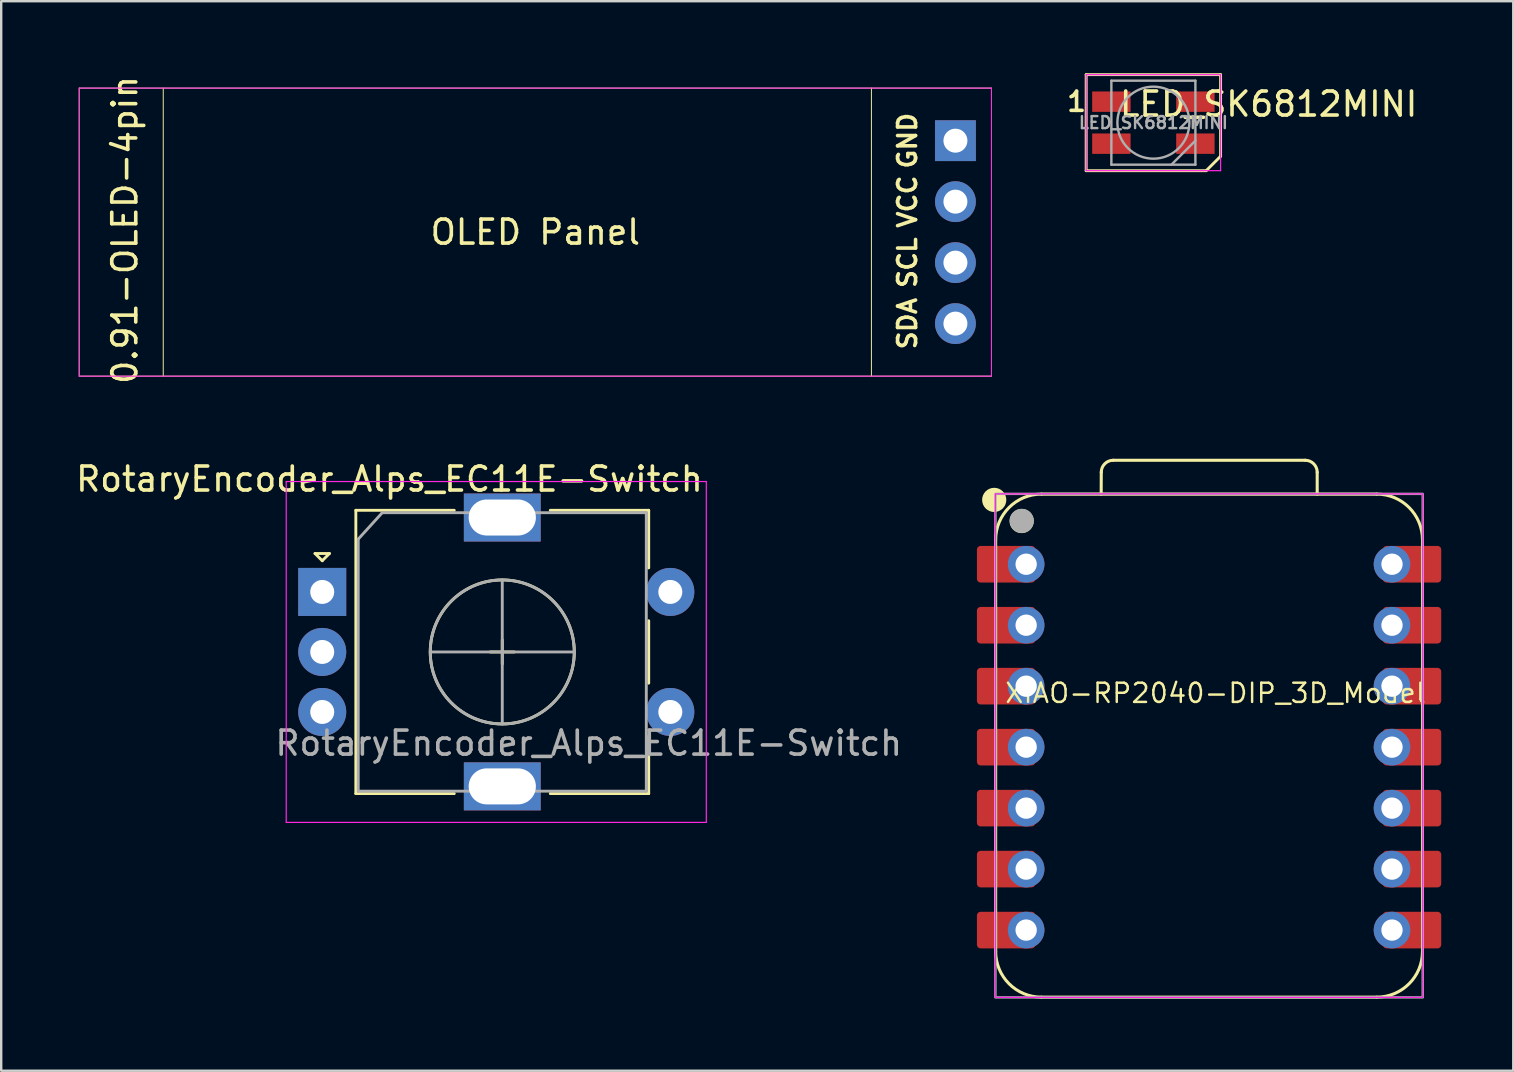
<source format=kicad_pcb>
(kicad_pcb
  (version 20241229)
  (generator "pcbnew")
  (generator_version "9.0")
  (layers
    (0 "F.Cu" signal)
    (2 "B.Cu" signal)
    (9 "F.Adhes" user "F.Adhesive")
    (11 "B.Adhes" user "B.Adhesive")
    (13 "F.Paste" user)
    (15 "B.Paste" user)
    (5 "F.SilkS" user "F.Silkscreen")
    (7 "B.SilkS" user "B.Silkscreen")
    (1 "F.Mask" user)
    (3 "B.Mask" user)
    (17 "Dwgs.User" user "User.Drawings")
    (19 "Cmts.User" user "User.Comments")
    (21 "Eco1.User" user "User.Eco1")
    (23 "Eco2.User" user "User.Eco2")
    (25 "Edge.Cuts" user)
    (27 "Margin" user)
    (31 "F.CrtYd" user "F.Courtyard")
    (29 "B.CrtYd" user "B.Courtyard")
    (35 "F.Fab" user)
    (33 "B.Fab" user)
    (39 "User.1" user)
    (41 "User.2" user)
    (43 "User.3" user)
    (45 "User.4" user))
  (footprint "0.91-OLED-4pin"
    (layer "F.Cu")
    (at 0.25 0.62)
    (property "Reference" "0.91-OLED-4pin" (at 1.9 5.91 90) (layer "F.SilkS") (effects (font (size 1 1) (thickness 0.15))))
    (attr through_hole)
    (fp_line (start 0 0) (end 0 12) (stroke (width 0.04) (type solid)) (layer "F.SilkS"))
    (fp_line (start 0 12) (end 38 12) (stroke (width 0.04) (type solid)) (layer "F.SilkS"))
    (fp_line (start 3.5 0) (end 3.5 12) (stroke (width 0.04) (type solid)) (layer "F.SilkS"))
    (fp_line (start 33 0) (end 33 12) (stroke (width 0.04) (type solid)) (layer "F.SilkS"))
    (fp_line (start 38 0) (end 0 0) (stroke (width 0.04) (type solid)) (layer "F.SilkS"))
    (fp_line (start 38 12) (end 38 0) (stroke (width 0.04) (type solid)) (layer "F.SilkS"))
    (fp_line (start 0 0) (end 0 12) (stroke (width 0.04) (type solid)) (layer "F.CrtYd"))
    (fp_line (start 0 12) (end 38 12) (stroke (width 0.04) (type solid)) (layer "F.CrtYd"))
    (fp_line (start 38 0) (end 0 0) (stroke (width 0.04) (type solid)) (layer "F.CrtYd"))
    (fp_line (start 38 12) (end 38 0) (stroke (width 0.04) (type solid)) (layer "F.CrtYd"))
    (fp_text user "GND" (at 34.5 2.19 270) (layer "F.SilkS") (effects (font (size 0.75 0.75) (thickness 0.15))))
    (fp_text user "SCL" (at 34.5 7.27 270) (layer "F.SilkS") (effects (font (size 0.75 0.75) (thickness 0.15))))
    (fp_text user "OLED Panel" (at 19 6 0) (layer "F.SilkS") (effects (font (size 1 1) (thickness 0.15))))
    (fp_text user "SDA" (at 34.5 9.81 270) (layer "F.SilkS") (effects (font (size 0.75 0.75) (thickness 0.15))))
    (fp_text user "VCC" (at 34.5 4.73 270) (layer "F.SilkS") (effects (font (size 0.75 0.75) (thickness 0.15))))
    (pad "1" thru_hole rect (at 36.5 2.19) (size 1.7 1.7) (drill 1) (layers "*.Cu" "*.Mask"))
    (pad "2" thru_hole oval (at 36.5 4.73) (size 1.7 1.7) (drill 1) (layers "*.Cu" "*.Mask"))
    (pad "3" thru_hole oval (at 36.5 7.27) (size 1.7 1.7) (drill 1) (layers "*.Cu" "*.Mask"))
    (pad "4" thru_hole oval (at 36.5 9.81) (size 1.7 1.7) (drill 1) (layers "*.Cu" "*.Mask")))
  (footprint "LED_SK6812MINI"
    (layer "F.Cu")
    (at 44.996 2.06)
    (property "Reference" "LED_SK6812MINI" (at 4.8 -0.775 0) (layer "F.SilkS") (effects (font (size 1 1) (thickness 0.15))))
    (attr smd)
    (fp_line (start -2.8 -2) (end -2.8 2) (stroke (width 0.12) (type default)) (layer "F.SilkS"))
    (fp_line (start -2.8 -2) (end 2.8 -2) (stroke (width 0.12) (type solid)) (layer "F.SilkS"))
    (fp_line (start -2.8 2) (end 2.2 2) (stroke (width 0.12) (type solid)) (layer "F.SilkS"))
    (fp_line (start 2.8 1.4) (end 2.2 2) (stroke (width 0.12) (type default)) (layer "F.SilkS"))
    (fp_line (start 2.8 1.4) (end 2.8 -2) (stroke (width 0.12) (type solid)) (layer "F.SilkS"))
    (fp_line (start -2.8 -2) (end -2.8 2) (stroke (width 0.05) (type solid)) (layer "F.CrtYd"))
    (fp_line (start -2.8 2) (end 2.8 2) (stroke (width 0.05) (type solid)) (layer "F.CrtYd"))
    (fp_line (start 2.8 -2) (end -2.8 -2) (stroke (width 0.05) (type solid)) (layer "F.CrtYd"))
    (fp_line (start 2.8 2) (end 2.8 -2) (stroke (width 0.05) (type solid)) (layer "F.CrtYd"))
    (fp_line (start -1.75 -1.75) (end -1.75 1.75) (stroke (width 0.1) (type solid)) (layer "F.Fab"))
    (fp_line (start -1.75 1.75) (end 1.75 1.75) (stroke (width 0.1) (type solid)) (layer "F.Fab"))
    (fp_line (start 1.75 -1.75) (end -1.75 -1.75) (stroke (width 0.1) (type solid)) (layer "F.Fab"))
    (fp_line (start 1.75 0.75) (end 0.75 1.75) (stroke (width 0.1) (type solid)) (layer "F.Fab"))
    (fp_line (start 1.75 1.75) (end 1.75 -1.75) (stroke (width 0.1) (type solid)) (layer "F.Fab"))
    (fp_circle (center 0 0) (end 0 -1.5) (stroke (width 0.1) (type solid)) (fill no) (layer "F.Fab"))
    (fp_text user "1" (at -3.2 -0.875 0) (unlocked yes) (layer "F.SilkS") (effects (font (size 0.8 0.8) (thickness 0.15))))
    (fp_text user "${REFERENCE}" (at 0 0 0) (layer "F.Fab") (effects (font (size 0.5 0.5) (thickness 0.1))))
    (pad "1" smd rect (at -1.75 -0.875) (size 1.6 0.85) (layers "F.Cu" "F.Mask" "F.Paste"))
    (pad "2" smd rect (at -1.75 0.875) (size 1.6 0.85) (layers "F.Cu" "F.Mask" "F.Paste"))
    (pad "3" smd rect (at 1.75 0.875) (size 1.6 0.85) (layers "F.Cu" "F.Mask" "F.Paste"))
    (pad "4" smd rect (at 1.75 -0.875) (size 1.6 0.85) (layers "F.Cu" "F.Mask" "F.Paste")))
  (footprint "XIAO-RP2040-DIP_3D_Model"
    (layer "F.Cu")
    (at 47.316 28.074)
    (property "Reference" "XIAO-RP2040-DIP_3D_Model" (at 0.269 -2.25 0) (unlocked yes) (layer "F.SilkS") (effects (font (size 0.8 0.8) (thickness 0.102))))
    (attr smd)
    (fp_line (start -8.89 8.509) (end -8.89 -8.636) (stroke (width 0.127) (type solid)) (layer "F.SilkS"))
    (fp_line (start -6.985 10.414) (end 6.985 10.414) (stroke (width 0.127) (type solid)) (layer "F.SilkS"))
    (fp_line (start -4.495 -10.541) (end -4.491 -11.451) (stroke (width 0.127) (type solid)) (layer "F.SilkS"))
    (fp_line (start -3.991 -11.951) (end 4.004 -11.951) (stroke (width 0.127) (type solid)) (layer "F.SilkS"))
    (fp_line (start 4.504 -11.451) (end 4.504 -10.541) (stroke (width 0.127) (type solid)) (layer "F.SilkS"))
    (fp_line (start 6.985 -10.541) (end -6.985 -10.541) (stroke (width 0.1) (type solid)) (layer "F.SilkS"))
    (fp_line (start 6.985 -10.541) (end -6.985 -10.541) (stroke (width 0.127) (type solid)) (layer "F.SilkS"))
    (fp_line (start 8.89 8.509) (end 8.89 -8.636) (stroke (width 0.127) (type solid)) (layer "F.SilkS"))
    (fp_arc (start -8.89 -8.636) (mid -8.332038 -9.983038) (end -6.985 -10.541) (stroke (width 0.127) (type solid)) (layer "F.SilkS"))
    (fp_arc (start -6.985 10.414) (mid -8.332038 9.856038) (end -8.89 8.509) (stroke (width 0.127) (type solid)) (layer "F.SilkS"))
    (fp_arc (start -4.491272 -11.451272) (mid -4.344728 -11.80464) (end -3.991272 -11.951) (stroke (width 0.127) (type default)) (layer "F.SilkS"))
    (fp_arc (start 4.004 -11.951) (mid 4.357553 -11.804553) (end 4.504 -11.451) (stroke (width 0.127) (type default)) (layer "F.SilkS"))
    (fp_arc (start 6.985 -10.541) (mid 8.332038 -9.983038) (end 8.89 -8.636) (stroke (width 0.127) (type solid)) (layer "F.SilkS"))
    (fp_arc (start 8.89 8.509) (mid 8.332038 9.856038) (end 6.985 10.414) (stroke (width 0.127) (type solid)) (layer "F.SilkS"))
    (fp_circle (center -8.95 -10.3) (end -8.95 -10.554) (stroke (width 0.5) (type solid)) (fill yes) (layer "F.SilkS"))
    (fp_circle (center -7.807 -9.42) (end -7.807 -9.674) (stroke (width 0.5) (type solid)) (fill yes) (layer "F.SilkS"))
    (fp_rect (start -8.9 -10.55) (end 8.9 10.425) (stroke (width 0.05) (type default)) (fill no) (layer "F.CrtYd"))
    (fp_rect (start -8.9 -10.55) (end 8.9 10.425) (stroke (width 0.1) (type default)) (fill no) (layer "F.Fab"))
    (fp_circle (center -7.804 -9.426) (end -7.804 -9.68) (stroke (width 0.5) (type solid)) (fill yes) (layer "F.Fab"))
    (pad "1" smd roundrect (at -8.455 -7.62 180) (size 2.432 1.524) (layers "F.Cu" "F.Mask") (roundrect_rratio 0.1))
    (pad "1" thru_hole circle (at -7.62 -7.62 180) (size 1.524 1.524) (drill 0.889) (layers "*.Cu" "*.Mask"))
    (pad "2" smd roundrect (at -8.455 -5.08 180) (size 2.432 1.524) (layers "F.Cu" "F.Mask") (roundrect_rratio 0.1))
    (pad "2" thru_hole circle (at -7.62 -5.08 180) (size 1.524 1.524) (drill 0.889) (layers "*.Cu" "*.Mask"))
    (pad "3" smd roundrect (at -8.455 -2.54 180) (size 2.432 1.524) (layers "F.Cu" "F.Mask") (roundrect_rratio 0.1))
    (pad "3" thru_hole circle (at -7.62 -2.54 180) (size 1.524 1.524) (drill 0.889) (layers "*.Cu" "*.Mask"))
    (pad "4" smd roundrect (at -8.455 0 180) (size 2.432 1.524) (layers "F.Cu" "F.Mask") (roundrect_rratio 0.1))
    (pad "4" thru_hole circle (at -7.62 0 180) (size 1.524 1.524) (drill 0.889) (layers "*.Cu" "*.Mask"))
    (pad "5" smd roundrect (at -8.455 2.54 180) (size 2.432 1.524) (layers "F.Cu" "F.Mask") (roundrect_rratio 0.1))
    (pad "5" thru_hole circle (at -7.62 2.54 180) (size 1.524 1.524) (drill 0.889) (layers "*.Cu" "*.Mask"))
    (pad "6" smd roundrect (at -8.455 5.08 180) (size 2.432 1.524) (layers "F.Cu" "F.Mask") (roundrect_rratio 0.1))
    (pad "6" thru_hole circle (at -7.62 5.08 180) (size 1.524 1.524) (drill 0.889) (layers "*.Cu" "*.Mask"))
    (pad "7" smd roundrect (at -8.455 7.62 180) (size 2.432 1.524) (layers "F.Cu" "F.Mask") (roundrect_rratio 0.1))
    (pad "7" thru_hole circle (at -7.62 7.62 180) (size 1.524 1.524) (drill 0.889) (layers "*.Cu" "*.Mask"))
    (pad "8" thru_hole circle (at 7.62 7.62) (size 1.524 1.524) (drill 0.889) (layers "*.Cu" "*.Mask"))
    (pad "8" smd roundrect (at 8.455 7.62) (size 2.432 1.524) (layers "F.Cu" "F.Mask") (roundrect_rratio 0.1))
    (pad "9" thru_hole circle (at 7.62 5.08) (size 1.524 1.524) (drill 0.889) (layers "*.Cu" "*.Mask"))
    (pad "9" smd roundrect (at 8.455 5.08) (size 2.432 1.524) (layers "F.Cu" "F.Mask") (roundrect_rratio 0.1))
    (pad "10" thru_hole circle (at 7.62 2.54) (size 1.524 1.524) (drill 0.889) (layers "*.Cu" "*.Mask"))
    (pad "10" smd roundrect (at 8.455 2.54) (size 2.432 1.524) (layers "F.Cu" "F.Mask") (roundrect_rratio 0.1))
    (pad "11" thru_hole circle (at 7.62 0) (size 1.524 1.524) (drill 0.889) (layers "*.Cu" "*.Mask"))
    (pad "11" smd roundrect (at 8.455 0) (size 2.432 1.524) (layers "F.Cu" "F.Mask") (roundrect_rratio 0.1))
    (pad "12" thru_hole circle (at 7.62 -2.54) (size 1.524 1.524) (drill 0.889) (layers "*.Cu" "*.Mask"))
    (pad "12" smd roundrect (at 8.455 -2.54) (size 2.432 1.524) (layers "F.Cu" "F.Mask") (roundrect_rratio 0.1))
    (pad "13" thru_hole circle (at 7.62 -5.08) (size 1.524 1.524) (drill 0.889) (layers "*.Cu" "*.Mask"))
    (pad "13" smd roundrect (at 8.455 -5.08) (size 2.432 1.524) (layers "F.Cu" "F.Mask") (roundrect_rratio 0.1))
    (pad "14" thru_hole circle (at 7.62 -7.62) (size 1.524 1.524) (drill 0.889) (layers "*.Cu" "*.Mask"))
    (pad "14" smd roundrect (at 8.455 -7.62) (size 2.432 1.524) (layers "F.Cu" "F.Mask") (roundrect_rratio 0.1)))
  (footprint "RotaryEncoder_Alps_EC11E-Switch"
    (layer "F.Cu")
    (at 10.373 21.608)
    (property "Reference" "RotaryEncoder_Alps_EC11E-Switch" (at 2.8 -4.7 0) (layer "F.SilkS") (effects (font (size 1 1) (thickness 0.15))))
    (attr through_hole)
    (fp_line (start -0.3 -1.6) (end 0.3 -1.6) (stroke (width 0.12) (type solid)) (layer "F.SilkS"))
    (fp_line (start 0 -1.3) (end -0.3 -1.6) (stroke (width 0.12) (type solid)) (layer "F.SilkS"))
    (fp_line (start 0.3 -1.6) (end 0 -1.3) (stroke (width 0.12) (type solid)) (layer "F.SilkS"))
    (fp_line (start 1.4 -3.4) (end 1.4 8.4) (stroke (width 0.12) (type solid)) (layer "F.SilkS"))
    (fp_line (start 5.5 -3.4) (end 1.4 -3.4) (stroke (width 0.12) (type solid)) (layer "F.SilkS"))
    (fp_line (start 5.5 8.4) (end 1.4 8.4) (stroke (width 0.12) (type solid)) (layer "F.SilkS"))
    (fp_line (start 7 2.5) (end 8 2.5) (stroke (width 0.12) (type solid)) (layer "F.SilkS"))
    (fp_line (start 7.5 2) (end 7.5 3) (stroke (width 0.12) (type solid)) (layer "F.SilkS"))
    (fp_line (start 9.5 -3.4) (end 13.6 -3.4) (stroke (width 0.12) (type solid)) (layer "F.SilkS"))
    (fp_line (start 13.6 -3.4) (end 13.6 -1) (stroke (width 0.12) (type solid)) (layer "F.SilkS"))
    (fp_line (start 13.6 1.2) (end 13.6 3.8) (stroke (width 0.12) (type solid)) (layer "F.SilkS"))
    (fp_line (start 13.6 6) (end 13.6 8.4) (stroke (width 0.12) (type solid)) (layer "F.SilkS"))
    (fp_line (start 13.6 8.4) (end 9.5 8.4) (stroke (width 0.12) (type solid)) (layer "F.SilkS"))
    (fp_circle (center 7.5 2.5) (end 10.5 2.5) (stroke (width 0.12) (type solid)) (fill no) (layer "F.SilkS"))
    (fp_line (start -1.5 -4.6) (end -1.5 9.6) (stroke (width 0.05) (type solid)) (layer "F.CrtYd"))
    (fp_line (start -1.5 -4.6) (end 16 -4.6) (stroke (width 0.05) (type solid)) (layer "F.CrtYd"))
    (fp_line (start 16 9.6) (end -1.5 9.6) (stroke (width 0.05) (type solid)) (layer "F.CrtYd"))
    (fp_line (start 16 9.6) (end 16 -4.6) (stroke (width 0.05) (type solid)) (layer "F.CrtYd"))
    (fp_line (start 1.5 -2.2) (end 2.5 -3.3) (stroke (width 0.12) (type solid)) (layer "F.Fab"))
    (fp_line (start 1.5 8.3) (end 1.5 -2.2) (stroke (width 0.12) (type solid)) (layer "F.Fab"))
    (fp_line (start 2.5 -3.3) (end 13.5 -3.3) (stroke (width 0.12) (type solid)) (layer "F.Fab"))
    (fp_line (start 4.5 2.5) (end 10.5 2.5) (stroke (width 0.12) (type solid)) (layer "F.Fab"))
    (fp_line (start 7.5 -0.5) (end 7.5 5.5) (stroke (width 0.12) (type solid)) (layer "F.Fab"))
    (fp_line (start 13.5 -3.3) (end 13.5 8.3) (stroke (width 0.12) (type solid)) (layer "F.Fab"))
    (fp_line (start 13.5 8.3) (end 1.5 8.3) (stroke (width 0.12) (type solid)) (layer "F.Fab"))
    (fp_circle (center 7.5 2.5) (end 10.5 2.5) (stroke (width 0.12) (type solid)) (fill no) (layer "F.Fab"))
    (fp_text user "${REFERENCE}" (at 11.1 6.3 0) (layer "F.Fab") (effects (font (size 1 1) (thickness 0.15))))
    (pad "A" thru_hole rect (at 0 0) (size 2 2) (drill 1) (layers "*.Cu" "*.Mask"))
    (pad "B" thru_hole circle (at 0 5) (size 2 2) (drill 1) (layers "*.Cu" "*.Mask"))
    (pad "C" thru_hole circle (at 0 2.5) (size 2 2) (drill 1) (layers "*.Cu" "*.Mask"))
    (pad "MP" thru_hole rect (at 7.5 -3.1) (size 3.2 2) (drill oval 2.8 1.5) (layers "*.Cu" "*.Mask"))
    (pad "MP" thru_hole rect (at 7.5 8.1) (size 3.2 2) (drill oval 2.8 1.5) (layers "*.Cu" "*.Mask"))
    (pad "S1" thru_hole circle (at 14.5 5) (size 2 2) (drill 1) (layers "*.Cu" "*.Mask"))
    (pad "S2" thru_hole circle (at 14.5 0) (size 2 2) (drill 1) (layers "*.Cu" "*.Mask")))
  (gr_rect
    (start -3 -3)
    (end 59.987 41.552)
    (stroke (width 0.1) (type default))
    (fill no)
    (layer "Edge.Cuts")))
</source>
